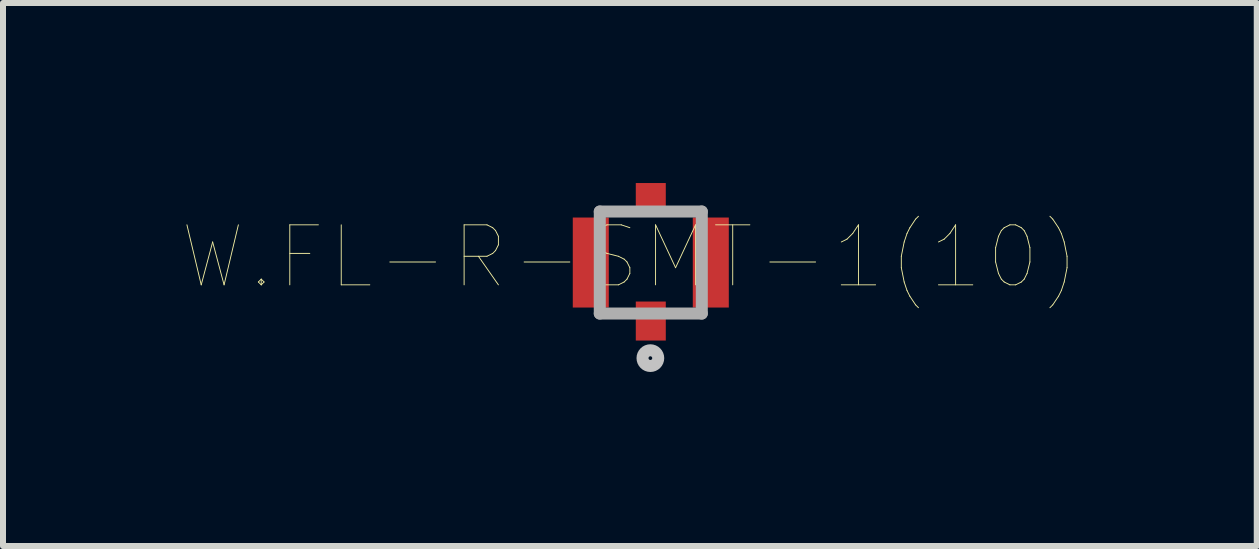
<source format=kicad_pcb>
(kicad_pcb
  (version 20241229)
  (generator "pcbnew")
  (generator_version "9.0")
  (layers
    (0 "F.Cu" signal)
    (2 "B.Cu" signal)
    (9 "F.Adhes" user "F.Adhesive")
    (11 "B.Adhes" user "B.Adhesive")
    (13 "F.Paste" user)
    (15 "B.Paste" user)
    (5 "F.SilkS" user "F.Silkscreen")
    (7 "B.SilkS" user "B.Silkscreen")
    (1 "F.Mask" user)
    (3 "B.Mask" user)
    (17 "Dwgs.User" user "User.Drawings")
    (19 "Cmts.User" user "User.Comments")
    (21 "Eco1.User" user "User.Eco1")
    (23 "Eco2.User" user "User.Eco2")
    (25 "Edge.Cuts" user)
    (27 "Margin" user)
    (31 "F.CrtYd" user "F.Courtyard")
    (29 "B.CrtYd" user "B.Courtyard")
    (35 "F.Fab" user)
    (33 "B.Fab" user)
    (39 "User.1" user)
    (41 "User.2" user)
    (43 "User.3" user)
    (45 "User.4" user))
  (footprint "W.FL-R-SMT-1(10)"
    (layer "F.Cu")
    (at 7.795 1.325)
    (property "Reference" "W.FL-R-SMT-1(10)" (at -0.349 -0.09 0) (layer "F.SilkS") (effects (font (size 1 1) (thickness 0.015))))
    (attr through_hole)
    (fp_circle (center -0.007 1.593) (end 0.024 1.593) (stroke (width 0.2) (type solid)) (fill no) (layer "Dwgs.User"))
    (fp_line (start -0.85 -0.85) (end 0.85 -0.85) (stroke (width 0.2) (type solid)) (layer "F.Fab"))
    (fp_line (start -0.85 0.85) (end -0.85 -0.85) (stroke (width 0.2) (type solid)) (layer "F.Fab"))
    (fp_line (start 0.85 -0.85) (end 0.85 0.85) (stroke (width 0.2) (type solid)) (layer "F.Fab"))
    (fp_line (start 0.85 0.85) (end -0.85 0.85) (stroke (width 0.2) (type solid)) (layer "F.Fab"))
    (pad "1" smd rect (at 0 0.975) (size 0.5 0.65) (layers "F.Cu" "F.Mask" "F.Paste"))
    (pad "2" smd rect (at -1 0) (size 0.6 1.5) (layers "F.Cu" "F.Mask" "F.Paste"))
    (pad "3" smd rect (at 0 -1.05) (size 0.5 0.55) (layers "F.Cu" "F.Mask" "F.Paste"))
    (pad "4" smd rect (at 1 0) (size 0.6 1.5) (layers "F.Cu" "F.Mask" "F.Paste")))
  (gr_rect
    (start -3 -3)
    (end 17.893 6.049)
    (stroke (width 0.1) (type default))
    (fill no)
    (layer "Edge.Cuts")))
</source>
